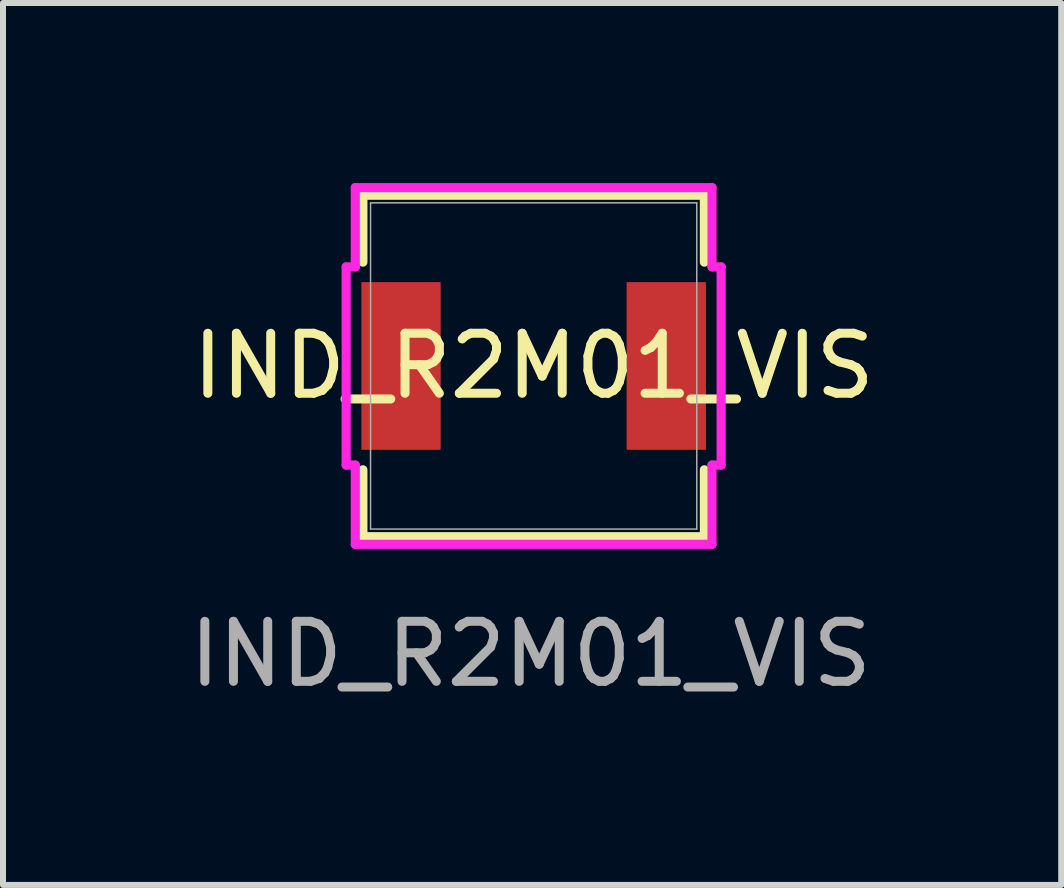
<source format=kicad_pcb>
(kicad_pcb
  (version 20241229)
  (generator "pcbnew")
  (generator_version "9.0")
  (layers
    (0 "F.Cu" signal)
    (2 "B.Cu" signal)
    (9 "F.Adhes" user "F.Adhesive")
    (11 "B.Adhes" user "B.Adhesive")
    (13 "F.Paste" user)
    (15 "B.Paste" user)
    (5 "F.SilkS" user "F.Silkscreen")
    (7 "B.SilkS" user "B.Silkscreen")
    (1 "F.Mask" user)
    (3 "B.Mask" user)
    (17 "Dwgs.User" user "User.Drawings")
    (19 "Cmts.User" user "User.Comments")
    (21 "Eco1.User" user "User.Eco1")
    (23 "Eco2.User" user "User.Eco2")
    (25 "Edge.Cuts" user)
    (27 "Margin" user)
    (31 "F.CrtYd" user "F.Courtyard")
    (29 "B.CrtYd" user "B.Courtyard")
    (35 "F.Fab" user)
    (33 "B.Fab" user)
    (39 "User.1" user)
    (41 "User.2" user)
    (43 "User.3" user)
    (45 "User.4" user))
  (footprint "IND_R2M01_VIS"
    (layer "F.Cu")
    (at 5.842 3.048)
    (property "Reference" "IND_R2M01_VIS" (at 0 0 0) (unlocked yes) (layer "F.SilkS") (effects (font (size 1 1) (thickness 0.15))))
    (attr smd)
    (fp_line (start -2.845 -2.845) (end -2.845 -1.73) (stroke (width 0.152) (type solid)) (layer "F.SilkS"))
    (fp_line (start -2.845 1.73) (end -2.845 2.845) (stroke (width 0.152) (type solid)) (layer "F.SilkS"))
    (fp_line (start -2.845 2.845) (end 2.845 2.845) (stroke (width 0.152) (type solid)) (layer "F.SilkS"))
    (fp_line (start 2.845 -2.845) (end -2.845 -2.845) (stroke (width 0.152) (type solid)) (layer "F.SilkS"))
    (fp_line (start 2.845 -1.73) (end 2.845 -2.845) (stroke (width 0.152) (type solid)) (layer "F.SilkS"))
    (fp_line (start 2.845 2.845) (end 2.845 1.73) (stroke (width 0.152) (type solid)) (layer "F.SilkS"))
    (fp_line (start -3.124 -1.651) (end -2.972 -1.651) (stroke (width 0.152) (type solid)) (layer "F.CrtYd"))
    (fp_line (start -3.124 1.651) (end -3.124 -1.651) (stroke (width 0.152) (type solid)) (layer "F.CrtYd"))
    (fp_line (start -2.972 -2.972) (end 2.972 -2.972) (stroke (width 0.152) (type solid)) (layer "F.CrtYd"))
    (fp_line (start -2.972 -1.651) (end -2.972 -2.972) (stroke (width 0.152) (type solid)) (layer "F.CrtYd"))
    (fp_line (start -2.972 1.651) (end -3.124 1.651) (stroke (width 0.152) (type solid)) (layer "F.CrtYd"))
    (fp_line (start -2.972 2.972) (end -2.972 1.651) (stroke (width 0.152) (type solid)) (layer "F.CrtYd"))
    (fp_line (start 2.972 -2.972) (end 2.972 -1.651) (stroke (width 0.152) (type solid)) (layer "F.CrtYd"))
    (fp_line (start 2.972 -1.651) (end 3.124 -1.651) (stroke (width 0.152) (type solid)) (layer "F.CrtYd"))
    (fp_line (start 2.972 1.651) (end 2.972 2.972) (stroke (width 0.152) (type solid)) (layer "F.CrtYd"))
    (fp_line (start 2.972 2.972) (end -2.972 2.972) (stroke (width 0.152) (type solid)) (layer "F.CrtYd"))
    (fp_line (start 3.124 -1.651) (end 3.124 1.651) (stroke (width 0.152) (type solid)) (layer "F.CrtYd"))
    (fp_line (start 3.124 1.651) (end 2.972 1.651) (stroke (width 0.152) (type solid)) (layer "F.CrtYd"))
    (fp_line (start -2.718 -2.718) (end -2.718 2.718) (stroke (width 0.025) (type solid)) (layer "F.Fab"))
    (fp_line (start -2.718 2.718) (end 2.718 2.718) (stroke (width 0.025) (type solid)) (layer "F.Fab"))
    (fp_line (start 2.718 -2.718) (end -2.718 -2.718) (stroke (width 0.025) (type solid)) (layer "F.Fab"))
    (fp_line (start 2.718 2.718) (end 2.718 -2.718) (stroke (width 0.025) (type solid)) (layer "F.Fab"))
    (fp_text user "${REFERENCE}" (at -0.05 4.8 0) (unlocked yes) (layer "F.Fab") (effects (font (size 1 1) (thickness 0.15))))
    (pad "1" smd rect (at -2.21 0) (size 1.321 2.794) (layers "F.Cu" "F.Mask" "F.Paste"))
    (pad "2" smd rect (at 2.21 0) (size 1.321 2.794) (layers "F.Cu" "F.Mask" "F.Paste")))
  (gr_rect
    (start -3 -3)
    (end 14.633 11.696)
    (stroke (width 0.1) (type default))
    (fill no)
    (layer "Edge.Cuts")))
</source>
